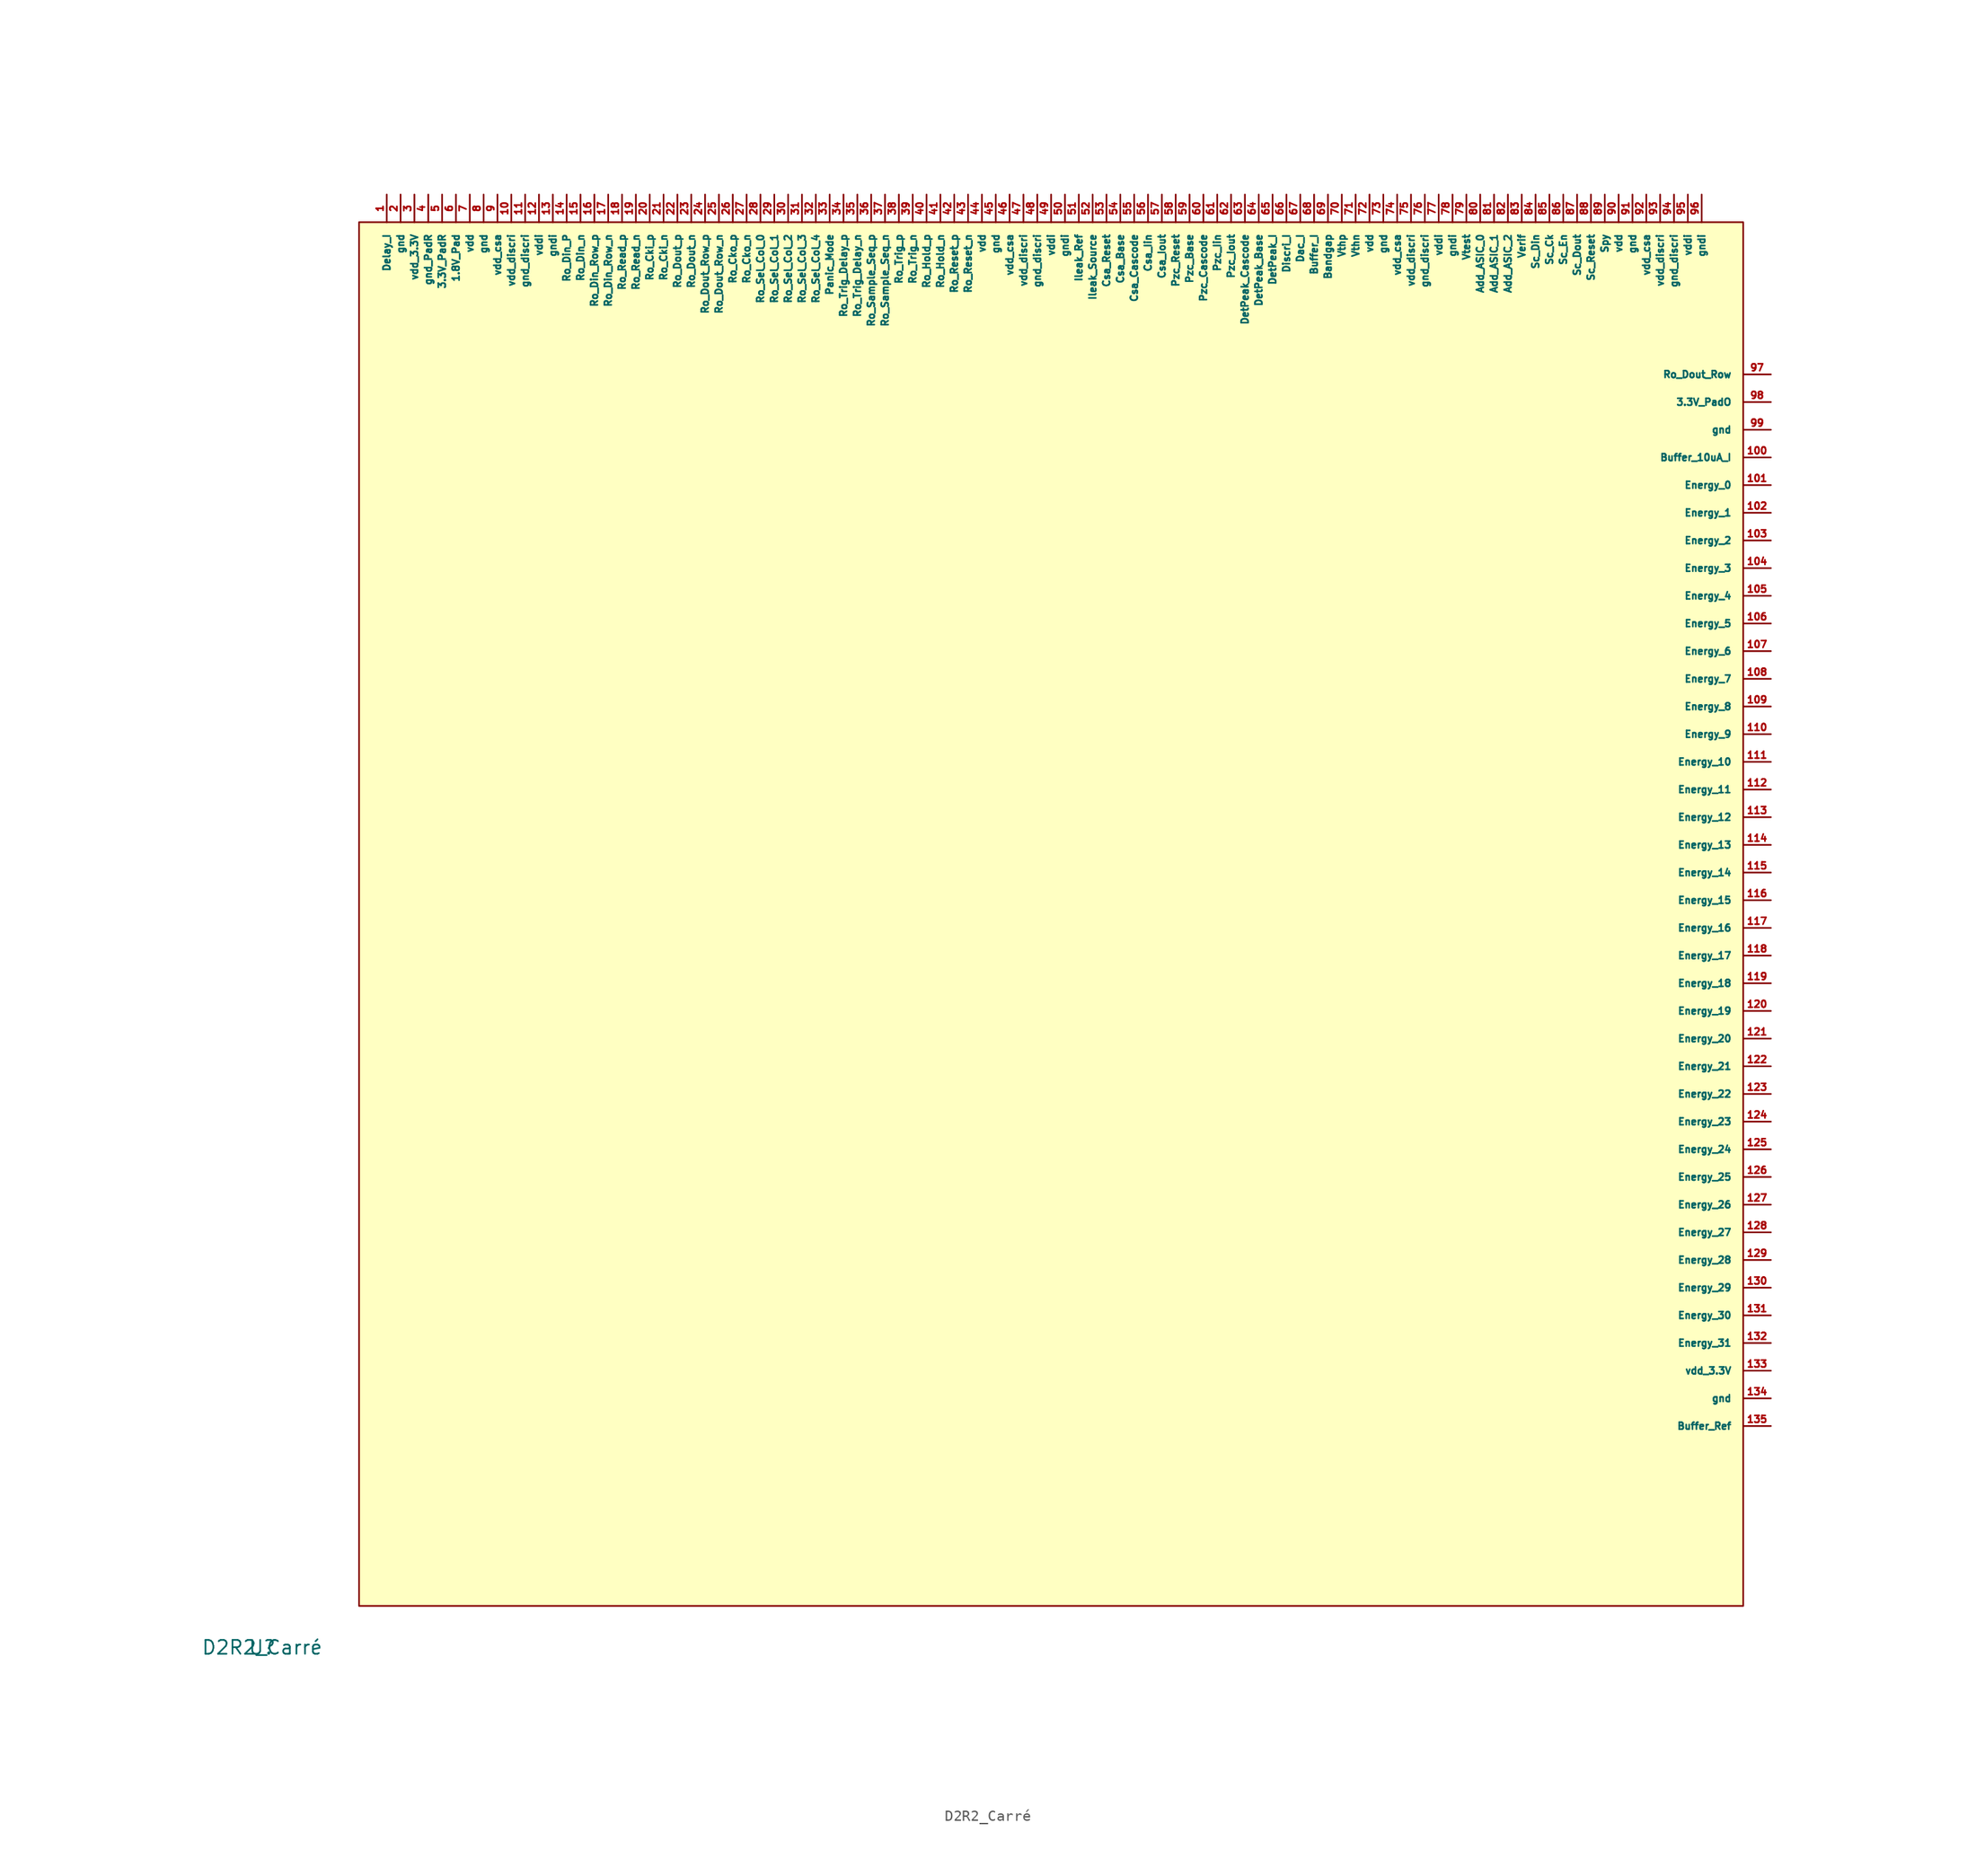
<source format=kicad_sym>
(kicad_symbol_lib
  (version 20211014)
  (generator kicad_symbol_editor)
  (symbol "D2R2_Carré"
    (pin_names
      (offset 1.016))
    (property "Reference" "U"
      (at 0 0 0)
      (effects (font (size 1.27 1.27))))
    (property "Value" "D2R2_Carré"
      (at 0 0 0)
      (effects (font (size 1.27 1.27))))
    (symbol "D2R2_Carré_1_1"
      (rectangle (start 8.89 130.81) (end 135.89 3.81) (stroke (width 0) (type default) (color 0 0 0 0)) (fill (type background)))
      (pin input line (at 11.43 133.35 270) (length 2.54) (name "Delay_I" (effects (font (size 0.635 0.635)))) (number "1" (effects (font (size 0.635 0.635)))))
      (pin bidirectional line (at 22.86 133.35 270) (length 2.54) (name "vdd_discri" (effects (font (size 0.635 0.635)))) (number "10" (effects (font (size 0.635 0.635)))))
      (pin input line (at 138.43 109.22 180) (length 2.54) (name "Buffer_10uA_I" (effects (font (size 0.635 0.635)))) (number "100" (effects (font (size 0.635 0.635)))))
      (pin output line (at 138.43 106.68 180) (length 2.54) (name "Energy_0" (effects (font (size 0.635 0.635)))) (number "101" (effects (font (size 0.635 0.635)))))
      (pin output line (at 138.43 104.14 180) (length 2.54) (name "Energy_1" (effects (font (size 0.635 0.635)))) (number "102" (effects (font (size 0.635 0.635)))))
      (pin output line (at 138.43 101.6 180) (length 2.54) (name "Energy_2" (effects (font (size 0.635 0.635)))) (number "103" (effects (font (size 0.635 0.635)))))
      (pin output line (at 138.43 99.06 180) (length 2.54) (name "Energy_3" (effects (font (size 0.635 0.635)))) (number "104" (effects (font (size 0.635 0.635)))))
      (pin output line (at 138.43 96.52 180) (length 2.54) (name "Energy_4" (effects (font (size 0.635 0.635)))) (number "105" (effects (font (size 0.635 0.635)))))
      (pin output line (at 138.43 93.98 180) (length 2.54) (name "Energy_5" (effects (font (size 0.635 0.635)))) (number "106" (effects (font (size 0.635 0.635)))))
      (pin output line (at 138.43 91.44 180) (length 2.54) (name "Energy_6" (effects (font (size 0.635 0.635)))) (number "107" (effects (font (size 0.635 0.635)))))
      (pin output line (at 138.43 88.9 180) (length 2.54) (name "Energy_7" (effects (font (size 0.635 0.635)))) (number "108" (effects (font (size 0.635 0.635)))))
      (pin output line (at 138.43 86.36 180) (length 2.54) (name "Energy_8" (effects (font (size 0.635 0.635)))) (number "109" (effects (font (size 0.635 0.635)))))
      (pin bidirectional line (at 24.13 133.35 270) (length 2.54) (name "gnd_discri" (effects (font (size 0.635 0.635)))) (number "11" (effects (font (size 0.635 0.635)))))
      (pin output line (at 138.43 83.82 180) (length 2.54) (name "Energy_9" (effects (font (size 0.635 0.635)))) (number "110" (effects (font (size 0.635 0.635)))))
      (pin output line (at 138.43 81.28 180) (length 2.54) (name "Energy_10" (effects (font (size 0.635 0.635)))) (number "111" (effects (font (size 0.635 0.635)))))
      (pin output line (at 138.43 78.74 180) (length 2.54) (name "Energy_11" (effects (font (size 0.635 0.635)))) (number "112" (effects (font (size 0.635 0.635)))))
      (pin output line (at 138.43 76.2 180) (length 2.54) (name "Energy_12" (effects (font (size 0.635 0.635)))) (number "113" (effects (font (size 0.635 0.635)))))
      (pin output line (at 138.43 73.66 180) (length 2.54) (name "Energy_13" (effects (font (size 0.635 0.635)))) (number "114" (effects (font (size 0.635 0.635)))))
      (pin output line (at 138.43 71.12 180) (length 2.54) (name "Energy_14" (effects (font (size 0.635 0.635)))) (number "115" (effects (font (size 0.635 0.635)))))
      (pin output line (at 138.43 68.58 180) (length 2.54) (name "Energy_15" (effects (font (size 0.635 0.635)))) (number "116" (effects (font (size 0.635 0.635)))))
      (pin output line (at 138.43 66.04 180) (length 2.54) (name "Energy_16" (effects (font (size 0.635 0.635)))) (number "117" (effects (font (size 0.635 0.635)))))
      (pin output line (at 138.43 63.5 180) (length 2.54) (name "Energy_17" (effects (font (size 0.635 0.635)))) (number "118" (effects (font (size 0.635 0.635)))))
      (pin output line (at 138.43 60.96 180) (length 2.54) (name "Energy_18" (effects (font (size 0.635 0.635)))) (number "119" (effects (font (size 0.635 0.635)))))
      (pin bidirectional line (at 25.4 133.35 270) (length 2.54) (name "vddi" (effects (font (size 0.635 0.635)))) (number "12" (effects (font (size 0.635 0.635)))))
      (pin output line (at 138.43 58.42 180) (length 2.54) (name "Energy_19" (effects (font (size 0.635 0.635)))) (number "120" (effects (font (size 0.635 0.635)))))
      (pin output line (at 138.43 55.88 180) (length 2.54) (name "Energy_20" (effects (font (size 0.635 0.635)))) (number "121" (effects (font (size 0.635 0.635)))))
      (pin output line (at 138.43 53.34 180) (length 2.54) (name "Energy_21" (effects (font (size 0.635 0.635)))) (number "122" (effects (font (size 0.635 0.635)))))
      (pin output line (at 138.43 50.8 180) (length 2.54) (name "Energy_22" (effects (font (size 0.635 0.635)))) (number "123" (effects (font (size 0.635 0.635)))))
      (pin output line (at 138.43 48.26 180) (length 2.54) (name "Energy_23" (effects (font (size 0.635 0.635)))) (number "124" (effects (font (size 0.635 0.635)))))
      (pin output line (at 138.43 45.72 180) (length 2.54) (name "Energy_24" (effects (font (size 0.635 0.635)))) (number "125" (effects (font (size 0.635 0.635)))))
      (pin output line (at 138.43 43.18 180) (length 2.54) (name "Energy_25" (effects (font (size 0.635 0.635)))) (number "126" (effects (font (size 0.635 0.635)))))
      (pin output line (at 138.43 40.64 180) (length 2.54) (name "Energy_26" (effects (font (size 0.635 0.635)))) (number "127" (effects (font (size 0.635 0.635)))))
      (pin output line (at 138.43 38.1 180) (length 2.54) (name "Energy_27" (effects (font (size 0.635 0.635)))) (number "128" (effects (font (size 0.635 0.635)))))
      (pin output line (at 138.43 35.56 180) (length 2.54) (name "Energy_28" (effects (font (size 0.635 0.635)))) (number "129" (effects (font (size 0.635 0.635)))))
      (pin bidirectional line (at 26.67 133.35 270) (length 2.54) (name "gndi" (effects (font (size 0.635 0.635)))) (number "13" (effects (font (size 0.635 0.635)))))
      (pin output line (at 138.43 33.02 180) (length 2.54) (name "Energy_29" (effects (font (size 0.635 0.635)))) (number "130" (effects (font (size 0.635 0.635)))))
      (pin output line (at 138.43 30.48 180) (length 2.54) (name "Energy_30" (effects (font (size 0.635 0.635)))) (number "131" (effects (font (size 0.635 0.635)))))
      (pin output line (at 138.43 27.94 180) (length 2.54) (name "Energy_31" (effects (font (size 0.635 0.635)))) (number "132" (effects (font (size 0.635 0.635)))))
      (pin bidirectional line (at 138.43 25.4 180) (length 2.54) (name "vdd_3.3V" (effects (font (size 0.635 0.635)))) (number "133" (effects (font (size 0.635 0.635)))))
      (pin bidirectional line (at 138.43 22.86 180) (length 2.54) (name "gnd" (effects (font (size 0.635 0.635)))) (number "134" (effects (font (size 0.635 0.635)))))
      (pin input line (at 138.43 20.32 180) (length 2.54) (name "Buffer_Ref" (effects (font (size 0.635 0.635)))) (number "135" (effects (font (size 0.635 0.635)))))
      (pin input line (at 27.94 133.35 270) (length 2.54) (name "Ro_Din_P" (effects (font (size 0.635 0.635)))) (number "14" (effects (font (size 0.635 0.635)))))
      (pin input line (at 29.21 133.35 270) (length 2.54) (name "Ro_Din_n" (effects (font (size 0.635 0.635)))) (number "15" (effects (font (size 0.635 0.635)))))
      (pin input line (at 30.48 133.35 270) (length 2.54) (name "Ro_Din_Row_p" (effects (font (size 0.635 0.635)))) (number "16" (effects (font (size 0.635 0.635)))))
      (pin input line (at 31.75 133.35 270) (length 2.54) (name "Ro_Din_Row_n" (effects (font (size 0.635 0.635)))) (number "17" (effects (font (size 0.635 0.635)))))
      (pin input line (at 33.02 133.35 270) (length 2.54) (name "Ro_Read_p" (effects (font (size 0.635 0.635)))) (number "18" (effects (font (size 0.635 0.635)))))
      (pin input line (at 34.29 133.35 270) (length 2.54) (name "Ro_Read_n" (effects (font (size 0.635 0.635)))) (number "19" (effects (font (size 0.635 0.635)))))
      (pin bidirectional line (at 12.7 133.35 270) (length 2.54) (name "gnd" (effects (font (size 0.635 0.635)))) (number "2" (effects (font (size 0.635 0.635)))))
      (pin input line (at 35.56 133.35 270) (length 2.54) (name "Ro_Cki_p" (effects (font (size 0.635 0.635)))) (number "20" (effects (font (size 0.635 0.635)))))
      (pin input line (at 36.83 133.35 270) (length 2.54) (name "Ro_Cki_n" (effects (font (size 0.635 0.635)))) (number "21" (effects (font (size 0.635 0.635)))))
      (pin bidirectional line (at 38.1 133.35 270) (length 2.54) (name "Ro_Dout_p" (effects (font (size 0.635 0.635)))) (number "22" (effects (font (size 0.635 0.635)))))
      (pin bidirectional line (at 39.37 133.35 270) (length 2.54) (name "Ro_Dout_n" (effects (font (size 0.635 0.635)))) (number "23" (effects (font (size 0.635 0.635)))))
      (pin bidirectional line (at 40.64 133.35 270) (length 2.54) (name "Ro_Dout_Row_p" (effects (font (size 0.635 0.635)))) (number "24" (effects (font (size 0.635 0.635)))))
      (pin bidirectional line (at 41.91 133.35 270) (length 2.54) (name "Ro_Dout_Row_n" (effects (font (size 0.635 0.635)))) (number "25" (effects (font (size 0.635 0.635)))))
      (pin bidirectional line (at 43.18 133.35 270) (length 2.54) (name "Ro_Cko_p" (effects (font (size 0.635 0.635)))) (number "26" (effects (font (size 0.635 0.635)))))
      (pin bidirectional line (at 44.45 133.35 270) (length 2.54) (name "Ro_Cko_n" (effects (font (size 0.635 0.635)))) (number "27" (effects (font (size 0.635 0.635)))))
      (pin input line (at 45.72 133.35 270) (length 2.54) (name "Ro_Sel_Col_0" (effects (font (size 0.635 0.635)))) (number "28" (effects (font (size 0.635 0.635)))))
      (pin input line (at 46.99 133.35 270) (length 2.54) (name "Ro_Sel_Col_1" (effects (font (size 0.635 0.635)))) (number "29" (effects (font (size 0.635 0.635)))))
      (pin bidirectional line (at 13.97 133.35 270) (length 2.54) (name "vdd_3.3V" (effects (font (size 0.635 0.635)))) (number "3" (effects (font (size 0.635 0.635)))))
      (pin input line (at 48.26 133.35 270) (length 2.54) (name "Ro_Sel_Col_2" (effects (font (size 0.635 0.635)))) (number "30" (effects (font (size 0.635 0.635)))))
      (pin input line (at 49.53 133.35 270) (length 2.54) (name "Ro_Sel_Col_3" (effects (font (size 0.635 0.635)))) (number "31" (effects (font (size 0.635 0.635)))))
      (pin input line (at 50.8 133.35 270) (length 2.54) (name "Ro_Sel_Col_4" (effects (font (size 0.635 0.635)))) (number "32" (effects (font (size 0.635 0.635)))))
      (pin input line (at 52.07 133.35 270) (length 2.54) (name "Panic_Mode" (effects (font (size 0.635 0.635)))) (number "33" (effects (font (size 0.635 0.635)))))
      (pin input line (at 53.34 133.35 270) (length 2.54) (name "Ro_Trig_Delay_p" (effects (font (size 0.635 0.635)))) (number "34" (effects (font (size 0.635 0.635)))))
      (pin input line (at 54.61 133.35 270) (length 2.54) (name "Ro_Trig_Delay_n" (effects (font (size 0.635 0.635)))) (number "35" (effects (font (size 0.635 0.635)))))
      (pin input line (at 55.88 133.35 270) (length 2.54) (name "Ro_Sample_Seq_p" (effects (font (size 0.635 0.635)))) (number "36" (effects (font (size 0.635 0.635)))))
      (pin input line (at 57.15 133.35 270) (length 2.54) (name "Ro_Sample_Seq_n" (effects (font (size 0.635 0.635)))) (number "37" (effects (font (size 0.635 0.635)))))
      (pin output line (at 58.42 133.35 270) (length 2.54) (name "Ro_Trig_p" (effects (font (size 0.635 0.635)))) (number "38" (effects (font (size 0.635 0.635)))))
      (pin output line (at 59.69 133.35 270) (length 2.54) (name "Ro_Trig_n" (effects (font (size 0.635 0.635)))) (number "39" (effects (font (size 0.635 0.635)))))
      (pin bidirectional line (at 15.24 133.35 270) (length 2.54) (name "gnd_PadR" (effects (font (size 0.635 0.635)))) (number "4" (effects (font (size 0.635 0.635)))))
      (pin input line (at 60.96 133.35 270) (length 2.54) (name "Ro_Hold_p" (effects (font (size 0.635 0.635)))) (number "40" (effects (font (size 0.635 0.635)))))
      (pin input line (at 62.23 133.35 270) (length 2.54) (name "Ro_Hold_n" (effects (font (size 0.635 0.635)))) (number "41" (effects (font (size 0.635 0.635)))))
      (pin input line (at 63.5 133.35 270) (length 2.54) (name "Ro_Reset_p" (effects (font (size 0.635 0.635)))) (number "42" (effects (font (size 0.635 0.635)))))
      (pin input line (at 64.77 133.35 270) (length 2.54) (name "Ro_Reset_n" (effects (font (size 0.635 0.635)))) (number "43" (effects (font (size 0.635 0.635)))))
      (pin bidirectional line (at 66.04 133.35 270) (length 2.54) (name "vdd" (effects (font (size 0.635 0.635)))) (number "44" (effects (font (size 0.635 0.635)))))
      (pin bidirectional line (at 67.31 133.35 270) (length 2.54) (name "gnd" (effects (font (size 0.635 0.635)))) (number "45" (effects (font (size 0.635 0.635)))))
      (pin bidirectional line (at 68.58 133.35 270) (length 2.54) (name "vdd_csa" (effects (font (size 0.635 0.635)))) (number "46" (effects (font (size 0.635 0.635)))))
      (pin bidirectional line (at 69.85 133.35 270) (length 2.54) (name "vdd_discri" (effects (font (size 0.635 0.635)))) (number "47" (effects (font (size 0.635 0.635)))))
      (pin bidirectional line (at 71.12 133.35 270) (length 2.54) (name "gnd_discri" (effects (font (size 0.635 0.635)))) (number "48" (effects (font (size 0.635 0.635)))))
      (pin bidirectional line (at 72.39 133.35 270) (length 2.54) (name "vddi" (effects (font (size 0.635 0.635)))) (number "49" (effects (font (size 0.635 0.635)))))
      (pin bidirectional line (at 16.51 133.35 270) (length 2.54) (name "3.3V_PadR" (effects (font (size 0.635 0.635)))) (number "5" (effects (font (size 0.635 0.635)))))
      (pin bidirectional line (at 73.66 133.35 270) (length 2.54) (name "gndi" (effects (font (size 0.635 0.635)))) (number "50" (effects (font (size 0.635 0.635)))))
      (pin input line (at 74.93 133.35 270) (length 2.54) (name "Ileak_Ref" (effects (font (size 0.635 0.635)))) (number "51" (effects (font (size 0.635 0.635)))))
      (pin input line (at 76.2 133.35 270) (length 2.54) (name "Ileak_Source" (effects (font (size 0.635 0.635)))) (number "52" (effects (font (size 0.635 0.635)))))
      (pin input line (at 77.47 133.35 270) (length 2.54) (name "Csa_Reset" (effects (font (size 0.635 0.635)))) (number "53" (effects (font (size 0.635 0.635)))))
      (pin input line (at 78.74 133.35 270) (length 2.54) (name "Csa_Base" (effects (font (size 0.635 0.635)))) (number "54" (effects (font (size 0.635 0.635)))))
      (pin input line (at 80.01 133.35 270) (length 2.54) (name "Csa_Cascode" (effects (font (size 0.635 0.635)))) (number "55" (effects (font (size 0.635 0.635)))))
      (pin input line (at 81.28 133.35 270) (length 2.54) (name "Csa_Iin" (effects (font (size 0.635 0.635)))) (number "56" (effects (font (size 0.635 0.635)))))
      (pin input line (at 82.55 133.35 270) (length 2.54) (name "Csa_Iout" (effects (font (size 0.635 0.635)))) (number "57" (effects (font (size 0.635 0.635)))))
      (pin input line (at 83.82 133.35 270) (length 2.54) (name "Pzc_Reset" (effects (font (size 0.635 0.635)))) (number "58" (effects (font (size 0.635 0.635)))))
      (pin input line (at 85.09 133.35 270) (length 2.54) (name "Pzc_Base" (effects (font (size 0.635 0.635)))) (number "59" (effects (font (size 0.635 0.635)))))
      (pin bidirectional line (at 17.78 133.35 270) (length 2.54) (name "1.8V_Pad" (effects (font (size 0.635 0.635)))) (number "6" (effects (font (size 0.635 0.635)))))
      (pin input line (at 86.36 133.35 270) (length 2.54) (name "Pzc_Cascode" (effects (font (size 0.635 0.635)))) (number "60" (effects (font (size 0.635 0.635)))))
      (pin input line (at 87.63 133.35 270) (length 2.54) (name "Pzc_Iin" (effects (font (size 0.635 0.635)))) (number "61" (effects (font (size 0.635 0.635)))))
      (pin input line (at 88.9 133.35 270) (length 2.54) (name "Pzc_Iout" (effects (font (size 0.635 0.635)))) (number "62" (effects (font (size 0.635 0.635)))))
      (pin input line (at 90.17 133.35 270) (length 2.54) (name "DetPeak_Cascode" (effects (font (size 0.635 0.635)))) (number "63" (effects (font (size 0.635 0.635)))))
      (pin input line (at 91.44 133.35 270) (length 2.54) (name "DetPeak_Base" (effects (font (size 0.635 0.635)))) (number "64" (effects (font (size 0.635 0.635)))))
      (pin input line (at 92.71 133.35 270) (length 2.54) (name "DetPeak_I" (effects (font (size 0.635 0.635)))) (number "65" (effects (font (size 0.635 0.635)))))
      (pin input line (at 93.98 133.35 270) (length 2.54) (name "Discri_I" (effects (font (size 0.635 0.635)))) (number "66" (effects (font (size 0.635 0.635)))))
      (pin input line (at 95.25 133.35 270) (length 2.54) (name "Dac_I" (effects (font (size 0.635 0.635)))) (number "67" (effects (font (size 0.635 0.635)))))
      (pin input line (at 96.52 133.35 270) (length 2.54) (name "Buffer_I" (effects (font (size 0.635 0.635)))) (number "68" (effects (font (size 0.635 0.635)))))
      (pin input line (at 97.79 133.35 270) (length 2.54) (name "Bandgap" (effects (font (size 0.635 0.635)))) (number "69" (effects (font (size 0.635 0.635)))))
      (pin bidirectional line (at 19.05 133.35 270) (length 2.54) (name "vdd" (effects (font (size 0.635 0.635)))) (number "7" (effects (font (size 0.635 0.635)))))
      (pin input line (at 99.06 133.35 270) (length 2.54) (name "Vthp" (effects (font (size 0.635 0.635)))) (number "70" (effects (font (size 0.635 0.635)))))
      (pin input line (at 100.33 133.35 270) (length 2.54) (name "Vthn" (effects (font (size 0.635 0.635)))) (number "71" (effects (font (size 0.635 0.635)))))
      (pin bidirectional line (at 101.6 133.35 270) (length 2.54) (name "vdd" (effects (font (size 0.635 0.635)))) (number "72" (effects (font (size 0.635 0.635)))))
      (pin bidirectional line (at 102.87 133.35 270) (length 2.54) (name "gnd" (effects (font (size 0.635 0.635)))) (number "73" (effects (font (size 0.635 0.635)))))
      (pin bidirectional line (at 104.14 133.35 270) (length 2.54) (name "vdd_csa" (effects (font (size 0.635 0.635)))) (number "74" (effects (font (size 0.635 0.635)))))
      (pin bidirectional line (at 105.41 133.35 270) (length 2.54) (name "vdd_discri" (effects (font (size 0.635 0.635)))) (number "75" (effects (font (size 0.635 0.635)))))
      (pin bidirectional line (at 106.68 133.35 270) (length 2.54) (name "gnd_discri" (effects (font (size 0.635 0.635)))) (number "76" (effects (font (size 0.635 0.635)))))
      (pin bidirectional line (at 107.95 133.35 270) (length 2.54) (name "vddi" (effects (font (size 0.635 0.635)))) (number "77" (effects (font (size 0.635 0.635)))))
      (pin bidirectional line (at 109.22 133.35 270) (length 2.54) (name "gndi" (effects (font (size 0.635 0.635)))) (number "78" (effects (font (size 0.635 0.635)))))
      (pin input line (at 110.49 133.35 270) (length 2.54) (name "Vtest" (effects (font (size 0.635 0.635)))) (number "79" (effects (font (size 0.635 0.635)))))
      (pin bidirectional line (at 20.32 133.35 270) (length 2.54) (name "gnd" (effects (font (size 0.635 0.635)))) (number "8" (effects (font (size 0.635 0.635)))))
      (pin input line (at 111.76 133.35 270) (length 2.54) (name "Add_ASIC_0" (effects (font (size 0.635 0.635)))) (number "80" (effects (font (size 0.635 0.635)))))
      (pin input line (at 113.03 133.35 270) (length 2.54) (name "Add_ASIC_1" (effects (font (size 0.635 0.635)))) (number "81" (effects (font (size 0.635 0.635)))))
      (pin input line (at 114.3 133.35 270) (length 2.54) (name "Add_ASIC_2" (effects (font (size 0.635 0.635)))) (number "82" (effects (font (size 0.635 0.635)))))
      (pin input line (at 115.57 133.35 270) (length 2.54) (name "Verif" (effects (font (size 0.635 0.635)))) (number "83" (effects (font (size 0.635 0.635)))))
      (pin input line (at 116.84 133.35 270) (length 2.54) (name "Sc_Din" (effects (font (size 0.635 0.635)))) (number "84" (effects (font (size 0.635 0.635)))))
      (pin input line (at 118.11 133.35 270) (length 2.54) (name "Sc_Ck" (effects (font (size 0.635 0.635)))) (number "85" (effects (font (size 0.635 0.635)))))
      (pin input line (at 119.38 133.35 270) (length 2.54) (name "Sc_En" (effects (font (size 0.635 0.635)))) (number "86" (effects (font (size 0.635 0.635)))))
      (pin output line (at 120.65 133.35 270) (length 2.54) (name "Sc_Dout" (effects (font (size 0.635 0.635)))) (number "87" (effects (font (size 0.635 0.635)))))
      (pin input line (at 121.92 133.35 270) (length 2.54) (name "Sc_Reset" (effects (font (size 0.635 0.635)))) (number "88" (effects (font (size 0.635 0.635)))))
      (pin output line (at 123.19 133.35 270) (length 2.54) (name "Spy" (effects (font (size 0.635 0.635)))) (number "89" (effects (font (size 0.635 0.635)))))
      (pin bidirectional line (at 21.59 133.35 270) (length 2.54) (name "vdd_csa" (effects (font (size 0.635 0.635)))) (number "9" (effects (font (size 0.635 0.635)))))
      (pin bidirectional line (at 124.46 133.35 270) (length 2.54) (name "vdd" (effects (font (size 0.635 0.635)))) (number "90" (effects (font (size 0.635 0.635)))))
      (pin bidirectional line (at 125.73 133.35 270) (length 2.54) (name "gnd" (effects (font (size 0.635 0.635)))) (number "91" (effects (font (size 0.635 0.635)))))
      (pin bidirectional line (at 127 133.35 270) (length 2.54) (name "vdd_csa" (effects (font (size 0.635 0.635)))) (number "92" (effects (font (size 0.635 0.635)))))
      (pin bidirectional line (at 128.27 133.35 270) (length 2.54) (name "vdd_discri" (effects (font (size 0.635 0.635)))) (number "93" (effects (font (size 0.635 0.635)))))
      (pin bidirectional line (at 129.54 133.35 270) (length 2.54) (name "gnd_discri" (effects (font (size 0.635 0.635)))) (number "94" (effects (font (size 0.635 0.635)))))
      (pin bidirectional line (at 130.81 133.35 270) (length 2.54) (name "vddi" (effects (font (size 0.635 0.635)))) (number "95" (effects (font (size 0.635 0.635)))))
      (pin bidirectional line (at 132.08 133.35 270) (length 2.54) (name "gndi" (effects (font (size 0.635 0.635)))) (number "96" (effects (font (size 0.635 0.635)))))
      (pin output line (at 138.43 116.84 180) (length 2.54) (name "Ro_Dout_Row" (effects (font (size 0.635 0.635)))) (number "97" (effects (font (size 0.635 0.635)))))
      (pin bidirectional line (at 138.43 114.3 180) (length 2.54) (name "3.3V_PadO" (effects (font (size 0.635 0.635)))) (number "98" (effects (font (size 0.635 0.635)))))
      (pin bidirectional line (at 138.43 111.76 180) (length 2.54) (name "gnd" (effects (font (size 0.635 0.635)))) (number "99" (effects (font (size 0.635 0.635))))))))
</source>
